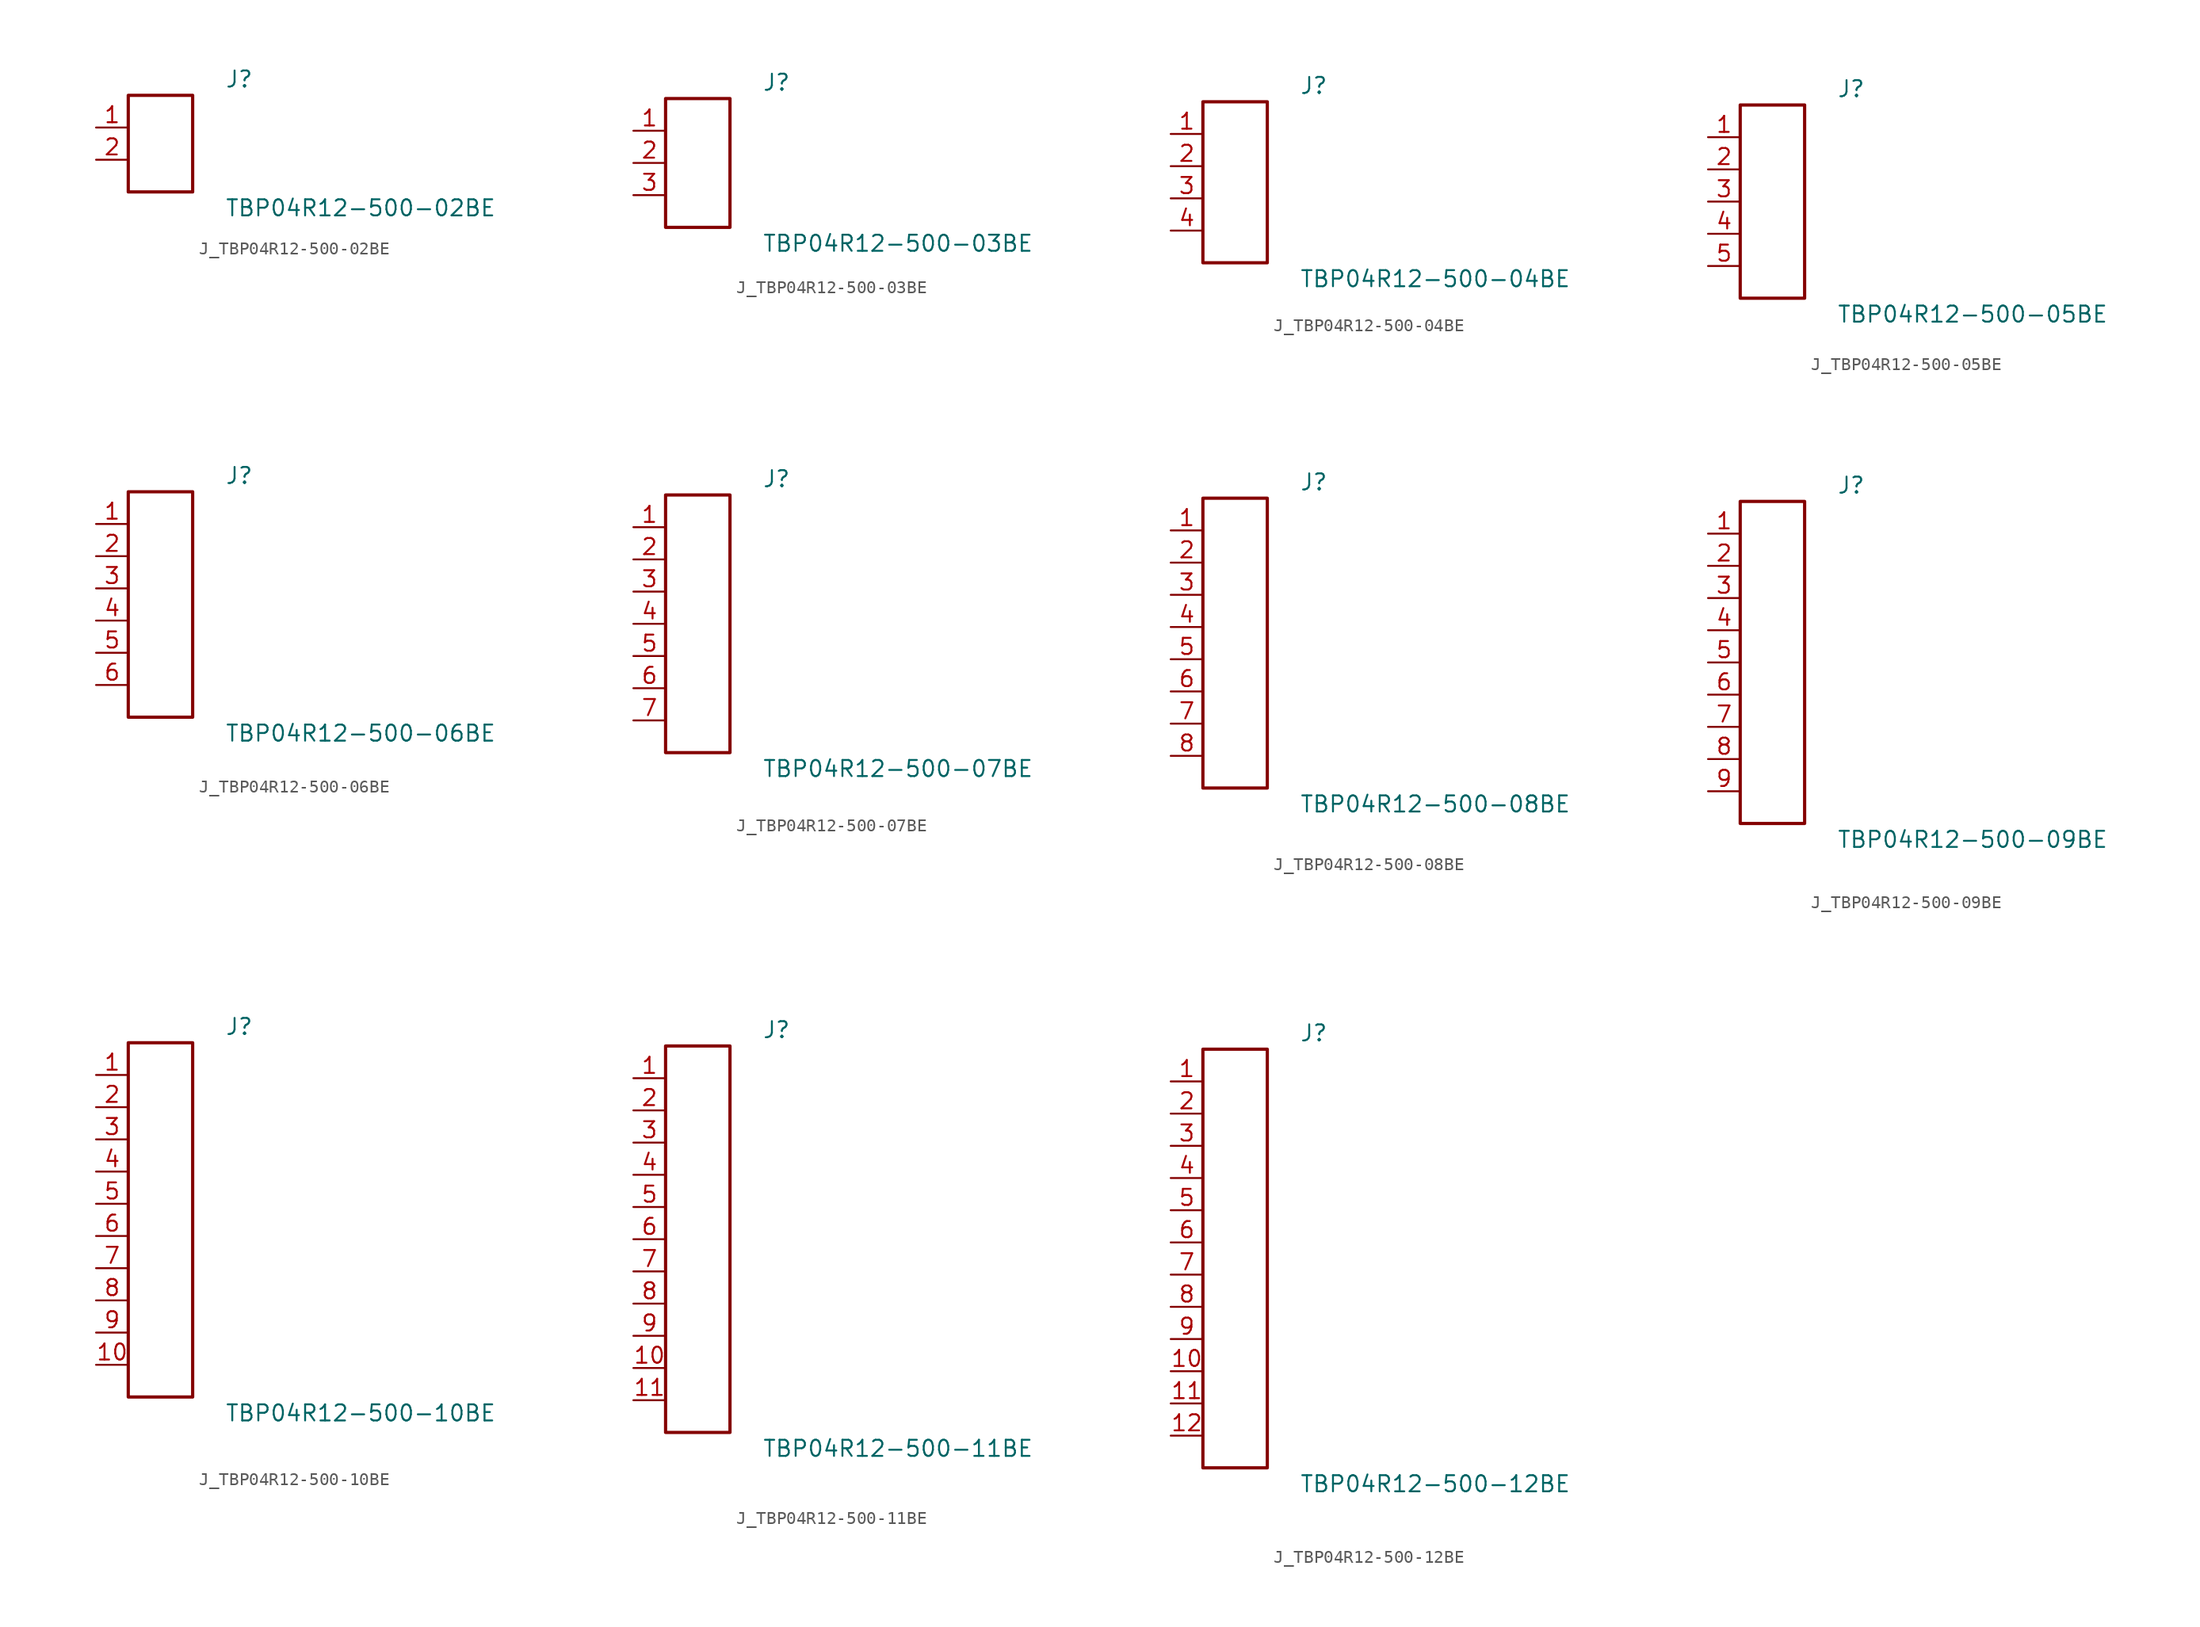
<source format=kicad_sym>
(kicad_symbol_lib
  (version 20231120)
  (generator kicad_symbol_editor)
  (generator_version 8.0)
  (symbol "J_TBP04R12-500-02BE"
    (pin_names
      (offset 0.254))
    (property "Reference" "J"
      (at 5.08 5.08 0)
      (effects (font (size 1.27 1.27)) (justify left)))
    (property "Value" "TBP04R12-500-02BE"
      (at 5.08 -5.08 0)
      (effects (font (size 1.27 1.27)) (justify left)))
    (symbol "J_TBP04R12-500-02BE_0_0"
      (pin unspecified line (at -5.08 1.27 0) (length 2.54) (name "" (effects (font (size 1.27 1.27)))) (number "1" (effects (font (size 1.27 1.27)))))
      (pin unspecified line (at -5.08 -1.27 0) (length 2.54) (name "" (effects (font (size 1.27 1.27)))) (number "2" (effects (font (size 1.27 1.27))))))
    (symbol "J_TBP04R12-500-02BE_1_0"
      (rectangle (start -2.54 3.81) (end 2.54 -3.81) (stroke (width 0.254) (type solid)) (fill (type none)))))
  (symbol "J_TBP04R12-500-03BE"
    (pin_names
      (offset 0.254))
    (property "Reference" "J"
      (at 5.08 6.35 0)
      (effects (font (size 1.27 1.27)) (justify left)))
    (property "Value" "TBP04R12-500-03BE"
      (at 5.08 -6.35 0)
      (effects (font (size 1.27 1.27)) (justify left)))
    (symbol "J_TBP04R12-500-03BE_0_0"
      (pin unspecified line (at -5.08 2.54 0) (length 2.54) (name "" (effects (font (size 1.27 1.27)))) (number "1" (effects (font (size 1.27 1.27)))))
      (pin unspecified line (at -5.08 0.0 0) (length 2.54) (name "" (effects (font (size 1.27 1.27)))) (number "2" (effects (font (size 1.27 1.27)))))
      (pin unspecified line (at -5.08 -2.54 0) (length 2.54) (name "" (effects (font (size 1.27 1.27)))) (number "3" (effects (font (size 1.27 1.27))))))
    (symbol "J_TBP04R12-500-03BE_1_0"
      (rectangle (start -2.54 5.08) (end 2.54 -5.08) (stroke (width 0.254) (type solid)) (fill (type none)))))
  (symbol "J_TBP04R12-500-04BE"
    (pin_names
      (offset 0.254))
    (property "Reference" "J"
      (at 5.08 7.62 0)
      (effects (font (size 1.27 1.27)) (justify left)))
    (property "Value" "TBP04R12-500-04BE"
      (at 5.08 -7.62 0)
      (effects (font (size 1.27 1.27)) (justify left)))
    (symbol "J_TBP04R12-500-04BE_0_0"
      (pin unspecified line (at -5.08 3.81 0) (length 2.54) (name "" (effects (font (size 1.27 1.27)))) (number "1" (effects (font (size 1.27 1.27)))))
      (pin unspecified line (at -5.08 1.27 0) (length 2.54) (name "" (effects (font (size 1.27 1.27)))) (number "2" (effects (font (size 1.27 1.27)))))
      (pin unspecified line (at -5.08 -1.27 0) (length 2.54) (name "" (effects (font (size 1.27 1.27)))) (number "3" (effects (font (size 1.27 1.27)))))
      (pin unspecified line (at -5.08 -3.81 0) (length 2.54) (name "" (effects (font (size 1.27 1.27)))) (number "4" (effects (font (size 1.27 1.27))))))
    (symbol "J_TBP04R12-500-04BE_1_0"
      (rectangle (start -2.54 6.35) (end 2.54 -6.35) (stroke (width 0.254) (type solid)) (fill (type none)))))
  (symbol "J_TBP04R12-500-05BE"
    (pin_names
      (offset 0.254))
    (property "Reference" "J"
      (at 5.08 8.89 0)
      (effects (font (size 1.27 1.27)) (justify left)))
    (property "Value" "TBP04R12-500-05BE"
      (at 5.08 -8.89 0)
      (effects (font (size 1.27 1.27)) (justify left)))
    (symbol "J_TBP04R12-500-05BE_0_0"
      (pin unspecified line (at -5.08 5.08 0) (length 2.54) (name "" (effects (font (size 1.27 1.27)))) (number "1" (effects (font (size 1.27 1.27)))))
      (pin unspecified line (at -5.08 2.54 0) (length 2.54) (name "" (effects (font (size 1.27 1.27)))) (number "2" (effects (font (size 1.27 1.27)))))
      (pin unspecified line (at -5.08 0.0 0) (length 2.54) (name "" (effects (font (size 1.27 1.27)))) (number "3" (effects (font (size 1.27 1.27)))))
      (pin unspecified line (at -5.08 -2.54 0) (length 2.54) (name "" (effects (font (size 1.27 1.27)))) (number "4" (effects (font (size 1.27 1.27)))))
      (pin unspecified line (at -5.08 -5.08 0) (length 2.54) (name "" (effects (font (size 1.27 1.27)))) (number "5" (effects (font (size 1.27 1.27))))))
    (symbol "J_TBP04R12-500-05BE_1_0"
      (rectangle (start -2.54 7.62) (end 2.54 -7.62) (stroke (width 0.254) (type solid)) (fill (type none)))))
  (symbol "J_TBP04R12-500-06BE"
    (pin_names
      (offset 0.254))
    (property "Reference" "J"
      (at 5.08 10.16 0)
      (effects (font (size 1.27 1.27)) (justify left)))
    (property "Value" "TBP04R12-500-06BE"
      (at 5.08 -10.16 0)
      (effects (font (size 1.27 1.27)) (justify left)))
    (symbol "J_TBP04R12-500-06BE_0_0"
      (pin unspecified line (at -5.08 6.35 0) (length 2.54) (name "" (effects (font (size 1.27 1.27)))) (number "1" (effects (font (size 1.27 1.27)))))
      (pin unspecified line (at -5.08 3.81 0) (length 2.54) (name "" (effects (font (size 1.27 1.27)))) (number "2" (effects (font (size 1.27 1.27)))))
      (pin unspecified line (at -5.08 1.27 0) (length 2.54) (name "" (effects (font (size 1.27 1.27)))) (number "3" (effects (font (size 1.27 1.27)))))
      (pin unspecified line (at -5.08 -1.27 0) (length 2.54) (name "" (effects (font (size 1.27 1.27)))) (number "4" (effects (font (size 1.27 1.27)))))
      (pin unspecified line (at -5.08 -3.81 0) (length 2.54) (name "" (effects (font (size 1.27 1.27)))) (number "5" (effects (font (size 1.27 1.27)))))
      (pin unspecified line (at -5.08 -6.35 0) (length 2.54) (name "" (effects (font (size 1.27 1.27)))) (number "6" (effects (font (size 1.27 1.27))))))
    (symbol "J_TBP04R12-500-06BE_1_0"
      (rectangle (start -2.54 8.89) (end 2.54 -8.89) (stroke (width 0.254) (type solid)) (fill (type none)))))
  (symbol "J_TBP04R12-500-07BE"
    (pin_names
      (offset 0.254))
    (property "Reference" "J"
      (at 5.08 11.43 0)
      (effects (font (size 1.27 1.27)) (justify left)))
    (property "Value" "TBP04R12-500-07BE"
      (at 5.08 -11.43 0)
      (effects (font (size 1.27 1.27)) (justify left)))
    (symbol "J_TBP04R12-500-07BE_0_0"
      (pin unspecified line (at -5.08 7.62 0) (length 2.54) (name "" (effects (font (size 1.27 1.27)))) (number "1" (effects (font (size 1.27 1.27)))))
      (pin unspecified line (at -5.08 5.08 0) (length 2.54) (name "" (effects (font (size 1.27 1.27)))) (number "2" (effects (font (size 1.27 1.27)))))
      (pin unspecified line (at -5.08 2.54 0) (length 2.54) (name "" (effects (font (size 1.27 1.27)))) (number "3" (effects (font (size 1.27 1.27)))))
      (pin unspecified line (at -5.08 0.0 0) (length 2.54) (name "" (effects (font (size 1.27 1.27)))) (number "4" (effects (font (size 1.27 1.27)))))
      (pin unspecified line (at -5.08 -2.54 0) (length 2.54) (name "" (effects (font (size 1.27 1.27)))) (number "5" (effects (font (size 1.27 1.27)))))
      (pin unspecified line (at -5.08 -5.08 0) (length 2.54) (name "" (effects (font (size 1.27 1.27)))) (number "6" (effects (font (size 1.27 1.27)))))
      (pin unspecified line (at -5.08 -7.62 0) (length 2.54) (name "" (effects (font (size 1.27 1.27)))) (number "7" (effects (font (size 1.27 1.27))))))
    (symbol "J_TBP04R12-500-07BE_1_0"
      (rectangle (start -2.54 10.16) (end 2.54 -10.16) (stroke (width 0.254) (type solid)) (fill (type none)))))
  (symbol "J_TBP04R12-500-08BE"
    (pin_names
      (offset 0.254))
    (property "Reference" "J"
      (at 5.08 12.7 0)
      (effects (font (size 1.27 1.27)) (justify left)))
    (property "Value" "TBP04R12-500-08BE"
      (at 5.08 -12.7 0)
      (effects (font (size 1.27 1.27)) (justify left)))
    (symbol "J_TBP04R12-500-08BE_0_0"
      (pin unspecified line (at -5.08 8.89 0) (length 2.54) (name "" (effects (font (size 1.27 1.27)))) (number "1" (effects (font (size 1.27 1.27)))))
      (pin unspecified line (at -5.08 6.35 0) (length 2.54) (name "" (effects (font (size 1.27 1.27)))) (number "2" (effects (font (size 1.27 1.27)))))
      (pin unspecified line (at -5.08 3.81 0) (length 2.54) (name "" (effects (font (size 1.27 1.27)))) (number "3" (effects (font (size 1.27 1.27)))))
      (pin unspecified line (at -5.08 1.27 0) (length 2.54) (name "" (effects (font (size 1.27 1.27)))) (number "4" (effects (font (size 1.27 1.27)))))
      (pin unspecified line (at -5.08 -1.27 0) (length 2.54) (name "" (effects (font (size 1.27 1.27)))) (number "5" (effects (font (size 1.27 1.27)))))
      (pin unspecified line (at -5.08 -3.81 0) (length 2.54) (name "" (effects (font (size 1.27 1.27)))) (number "6" (effects (font (size 1.27 1.27)))))
      (pin unspecified line (at -5.08 -6.35 0) (length 2.54) (name "" (effects (font (size 1.27 1.27)))) (number "7" (effects (font (size 1.27 1.27)))))
      (pin unspecified line (at -5.08 -8.89 0) (length 2.54) (name "" (effects (font (size 1.27 1.27)))) (number "8" (effects (font (size 1.27 1.27))))))
    (symbol "J_TBP04R12-500-08BE_1_0"
      (rectangle (start -2.54 11.43) (end 2.54 -11.43) (stroke (width 0.254) (type solid)) (fill (type none)))))
  (symbol "J_TBP04R12-500-09BE"
    (pin_names
      (offset 0.254))
    (property "Reference" "J"
      (at 5.08 13.97 0)
      (effects (font (size 1.27 1.27)) (justify left)))
    (property "Value" "TBP04R12-500-09BE"
      (at 5.08 -13.97 0)
      (effects (font (size 1.27 1.27)) (justify left)))
    (symbol "J_TBP04R12-500-09BE_0_0"
      (pin unspecified line (at -5.08 10.16 0) (length 2.54) (name "" (effects (font (size 1.27 1.27)))) (number "1" (effects (font (size 1.27 1.27)))))
      (pin unspecified line (at -5.08 7.62 0) (length 2.54) (name "" (effects (font (size 1.27 1.27)))) (number "2" (effects (font (size 1.27 1.27)))))
      (pin unspecified line (at -5.08 5.08 0) (length 2.54) (name "" (effects (font (size 1.27 1.27)))) (number "3" (effects (font (size 1.27 1.27)))))
      (pin unspecified line (at -5.08 2.54 0) (length 2.54) (name "" (effects (font (size 1.27 1.27)))) (number "4" (effects (font (size 1.27 1.27)))))
      (pin unspecified line (at -5.08 0.0 0) (length 2.54) (name "" (effects (font (size 1.27 1.27)))) (number "5" (effects (font (size 1.27 1.27)))))
      (pin unspecified line (at -5.08 -2.54 0) (length 2.54) (name "" (effects (font (size 1.27 1.27)))) (number "6" (effects (font (size 1.27 1.27)))))
      (pin unspecified line (at -5.08 -5.08 0) (length 2.54) (name "" (effects (font (size 1.27 1.27)))) (number "7" (effects (font (size 1.27 1.27)))))
      (pin unspecified line (at -5.08 -7.62 0) (length 2.54) (name "" (effects (font (size 1.27 1.27)))) (number "8" (effects (font (size 1.27 1.27)))))
      (pin unspecified line (at -5.08 -10.16 0) (length 2.54) (name "" (effects (font (size 1.27 1.27)))) (number "9" (effects (font (size 1.27 1.27))))))
    (symbol "J_TBP04R12-500-09BE_1_0"
      (rectangle (start -2.54 12.7) (end 2.54 -12.7) (stroke (width 0.254) (type solid)) (fill (type none)))))
  (symbol "J_TBP04R12-500-10BE"
    (pin_names
      (offset 0.254))
    (property "Reference" "J"
      (at 5.08 15.24 0)
      (effects (font (size 1.27 1.27)) (justify left)))
    (property "Value" "TBP04R12-500-10BE"
      (at 5.08 -15.24 0)
      (effects (font (size 1.27 1.27)) (justify left)))
    (symbol "J_TBP04R12-500-10BE_0_0"
      (pin unspecified line (at -5.08 11.43 0) (length 2.54) (name "" (effects (font (size 1.27 1.27)))) (number "1" (effects (font (size 1.27 1.27)))))
      (pin unspecified line (at -5.08 8.89 0) (length 2.54) (name "" (effects (font (size 1.27 1.27)))) (number "2" (effects (font (size 1.27 1.27)))))
      (pin unspecified line (at -5.08 6.35 0) (length 2.54) (name "" (effects (font (size 1.27 1.27)))) (number "3" (effects (font (size 1.27 1.27)))))
      (pin unspecified line (at -5.08 3.81 0) (length 2.54) (name "" (effects (font (size 1.27 1.27)))) (number "4" (effects (font (size 1.27 1.27)))))
      (pin unspecified line (at -5.08 1.27 0) (length 2.54) (name "" (effects (font (size 1.27 1.27)))) (number "5" (effects (font (size 1.27 1.27)))))
      (pin unspecified line (at -5.08 -1.27 0) (length 2.54) (name "" (effects (font (size 1.27 1.27)))) (number "6" (effects (font (size 1.27 1.27)))))
      (pin unspecified line (at -5.08 -3.81 0) (length 2.54) (name "" (effects (font (size 1.27 1.27)))) (number "7" (effects (font (size 1.27 1.27)))))
      (pin unspecified line (at -5.08 -6.35 0) (length 2.54) (name "" (effects (font (size 1.27 1.27)))) (number "8" (effects (font (size 1.27 1.27)))))
      (pin unspecified line (at -5.08 -8.89 0) (length 2.54) (name "" (effects (font (size 1.27 1.27)))) (number "9" (effects (font (size 1.27 1.27)))))
      (pin unspecified line (at -5.08 -11.43 0) (length 2.54) (name "" (effects (font (size 1.27 1.27)))) (number "10" (effects (font (size 1.27 1.27))))))
    (symbol "J_TBP04R12-500-10BE_1_0"
      (rectangle (start -2.54 13.97) (end 2.54 -13.97) (stroke (width 0.254) (type solid)) (fill (type none)))))
  (symbol "J_TBP04R12-500-11BE"
    (pin_names
      (offset 0.254))
    (property "Reference" "J"
      (at 5.08 16.51 0)
      (effects (font (size 1.27 1.27)) (justify left)))
    (property "Value" "TBP04R12-500-11BE"
      (at 5.08 -16.51 0)
      (effects (font (size 1.27 1.27)) (justify left)))
    (symbol "J_TBP04R12-500-11BE_0_0"
      (pin unspecified line (at -5.08 12.7 0) (length 2.54) (name "" (effects (font (size 1.27 1.27)))) (number "1" (effects (font (size 1.27 1.27)))))
      (pin unspecified line (at -5.08 10.16 0) (length 2.54) (name "" (effects (font (size 1.27 1.27)))) (number "2" (effects (font (size 1.27 1.27)))))
      (pin unspecified line (at -5.08 7.62 0) (length 2.54) (name "" (effects (font (size 1.27 1.27)))) (number "3" (effects (font (size 1.27 1.27)))))
      (pin unspecified line (at -5.08 5.08 0) (length 2.54) (name "" (effects (font (size 1.27 1.27)))) (number "4" (effects (font (size 1.27 1.27)))))
      (pin unspecified line (at -5.08 2.54 0) (length 2.54) (name "" (effects (font (size 1.27 1.27)))) (number "5" (effects (font (size 1.27 1.27)))))
      (pin unspecified line (at -5.08 0.0 0) (length 2.54) (name "" (effects (font (size 1.27 1.27)))) (number "6" (effects (font (size 1.27 1.27)))))
      (pin unspecified line (at -5.08 -2.54 0) (length 2.54) (name "" (effects (font (size 1.27 1.27)))) (number "7" (effects (font (size 1.27 1.27)))))
      (pin unspecified line (at -5.08 -5.08 0) (length 2.54) (name "" (effects (font (size 1.27 1.27)))) (number "8" (effects (font (size 1.27 1.27)))))
      (pin unspecified line (at -5.08 -7.62 0) (length 2.54) (name "" (effects (font (size 1.27 1.27)))) (number "9" (effects (font (size 1.27 1.27)))))
      (pin unspecified line (at -5.08 -10.16 0) (length 2.54) (name "" (effects (font (size 1.27 1.27)))) (number "10" (effects (font (size 1.27 1.27)))))
      (pin unspecified line (at -5.08 -12.7 0) (length 2.54) (name "" (effects (font (size 1.27 1.27)))) (number "11" (effects (font (size 1.27 1.27))))))
    (symbol "J_TBP04R12-500-11BE_1_0"
      (rectangle (start -2.54 15.24) (end 2.54 -15.24) (stroke (width 0.254) (type solid)) (fill (type none)))))
  (symbol "J_TBP04R12-500-12BE"
    (pin_names
      (offset 0.254))
    (property "Reference" "J"
      (at 5.08 17.78 0)
      (effects (font (size 1.27 1.27)) (justify left)))
    (property "Value" "TBP04R12-500-12BE"
      (at 5.08 -17.78 0)
      (effects (font (size 1.27 1.27)) (justify left)))
    (symbol "J_TBP04R12-500-12BE_0_0"
      (pin unspecified line (at -5.08 13.97 0) (length 2.54) (name "" (effects (font (size 1.27 1.27)))) (number "1" (effects (font (size 1.27 1.27)))))
      (pin unspecified line (at -5.08 11.43 0) (length 2.54) (name "" (effects (font (size 1.27 1.27)))) (number "2" (effects (font (size 1.27 1.27)))))
      (pin unspecified line (at -5.08 8.89 0) (length 2.54) (name "" (effects (font (size 1.27 1.27)))) (number "3" (effects (font (size 1.27 1.27)))))
      (pin unspecified line (at -5.08 6.35 0) (length 2.54) (name "" (effects (font (size 1.27 1.27)))) (number "4" (effects (font (size 1.27 1.27)))))
      (pin unspecified line (at -5.08 3.81 0) (length 2.54) (name "" (effects (font (size 1.27 1.27)))) (number "5" (effects (font (size 1.27 1.27)))))
      (pin unspecified line (at -5.08 1.27 0) (length 2.54) (name "" (effects (font (size 1.27 1.27)))) (number "6" (effects (font (size 1.27 1.27)))))
      (pin unspecified line (at -5.08 -1.27 0) (length 2.54) (name "" (effects (font (size 1.27 1.27)))) (number "7" (effects (font (size 1.27 1.27)))))
      (pin unspecified line (at -5.08 -3.81 0) (length 2.54) (name "" (effects (font (size 1.27 1.27)))) (number "8" (effects (font (size 1.27 1.27)))))
      (pin unspecified line (at -5.08 -6.35 0) (length 2.54) (name "" (effects (font (size 1.27 1.27)))) (number "9" (effects (font (size 1.27 1.27)))))
      (pin unspecified line (at -5.08 -8.89 0) (length 2.54) (name "" (effects (font (size 1.27 1.27)))) (number "10" (effects (font (size 1.27 1.27)))))
      (pin unspecified line (at -5.08 -11.43 0) (length 2.54) (name "" (effects (font (size 1.27 1.27)))) (number "11" (effects (font (size 1.27 1.27)))))
      (pin unspecified line (at -5.08 -13.97 0) (length 2.54) (name "" (effects (font (size 1.27 1.27)))) (number "12" (effects (font (size 1.27 1.27))))))
    (symbol "J_TBP04R12-500-12BE_1_0"
      (rectangle (start -2.54 16.51) (end 2.54 -16.51) (stroke (width 0.254) (type solid)) (fill (type none))))))
</source>
